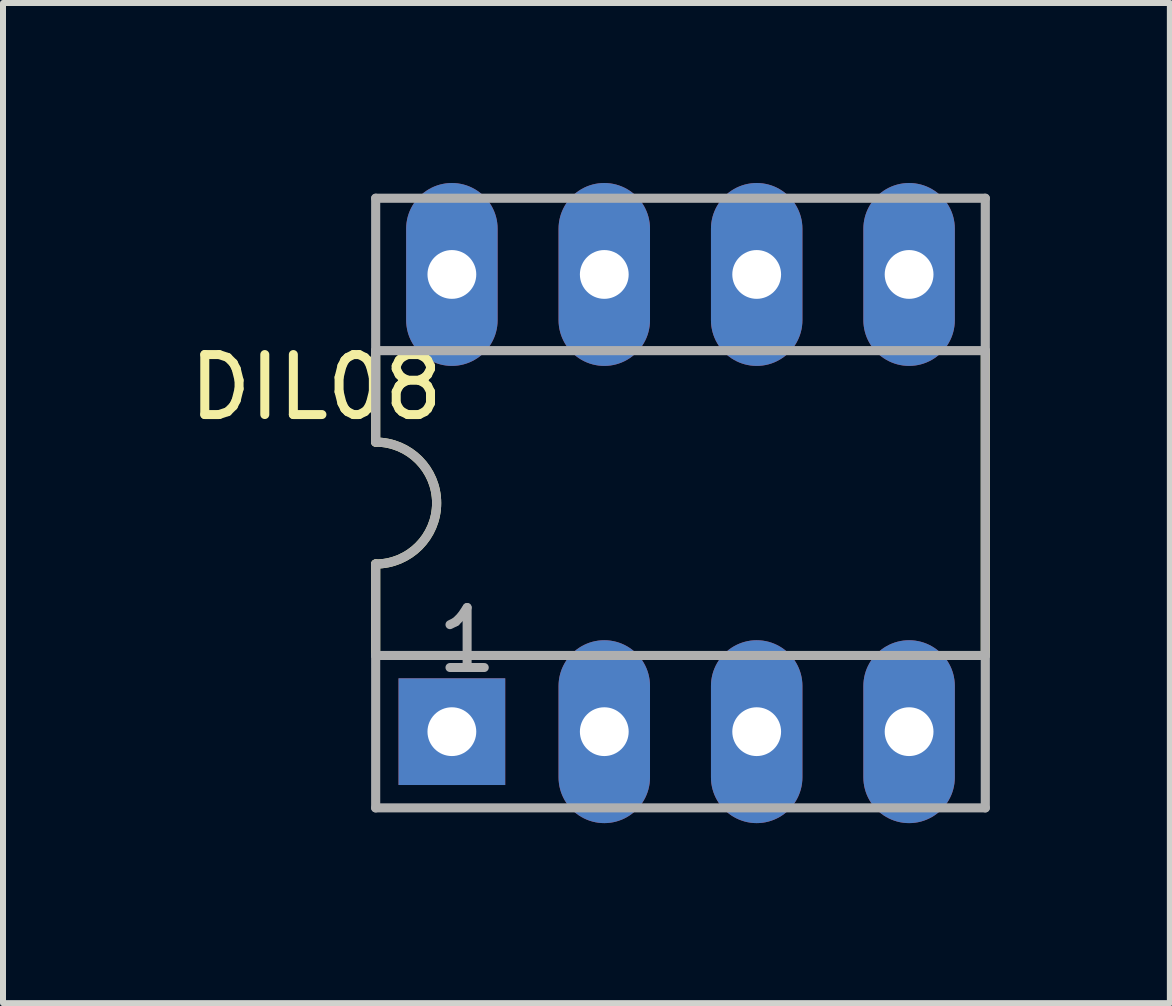
<source format=kicad_pcb>
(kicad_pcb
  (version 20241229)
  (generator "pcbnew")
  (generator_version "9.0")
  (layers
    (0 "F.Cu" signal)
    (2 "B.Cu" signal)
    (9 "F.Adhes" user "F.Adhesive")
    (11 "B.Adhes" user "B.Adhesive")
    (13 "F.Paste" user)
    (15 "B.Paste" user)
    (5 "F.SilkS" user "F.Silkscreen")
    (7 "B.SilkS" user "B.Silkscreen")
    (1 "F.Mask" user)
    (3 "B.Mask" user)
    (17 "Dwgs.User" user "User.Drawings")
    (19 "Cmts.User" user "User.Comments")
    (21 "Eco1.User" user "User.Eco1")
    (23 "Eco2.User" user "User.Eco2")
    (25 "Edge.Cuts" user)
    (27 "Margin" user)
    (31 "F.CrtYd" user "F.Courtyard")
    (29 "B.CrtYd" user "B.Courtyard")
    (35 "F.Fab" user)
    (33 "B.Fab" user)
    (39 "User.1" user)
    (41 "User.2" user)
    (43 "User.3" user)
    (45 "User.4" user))
  (footprint "DIL08"
    (layer "F.Cu")
    (at 8.291 5.334)
    (property "Reference" "DIL08" (at -6.071 -1.93 180) (layer "F.SilkS") (effects (font (size 1 1) (thickness 0.15))))
    (attr through_hole)
    (fp_line (start -5.08 -2.54) (end -5.08 -1.016) (stroke (width 0.152) (type solid)) (layer "F.SilkS"))
    (fp_line (start -5.08 2.54) (end -5.08 1.016) (stroke (width 0.152) (type solid)) (layer "F.SilkS"))
    (fp_line (start 5.08 -2.54) (end 5.08 2.54) (stroke (width 0.152) (type solid)) (layer "F.SilkS"))
    (fp_arc (start -5.08 -1.016) (mid -4.064 0) (end -5.08 1.016) (stroke (width 0.1524) (type solid)) (layer "F.SilkS"))
    (fp_line (start -5.08 -5.08) (end -5.08 -2.54) (stroke (width 0.152) (type solid)) (layer "F.Fab"))
    (fp_line (start -5.08 -2.54) (end -5.08 -1.016) (stroke (width 0.152) (type solid)) (layer "F.Fab"))
    (fp_line (start -5.08 -2.54) (end 5.08 -2.54) (stroke (width 0.152) (type solid)) (layer "F.Fab"))
    (fp_line (start -5.08 2.54) (end -5.08 1.016) (stroke (width 0.152) (type solid)) (layer "F.Fab"))
    (fp_line (start -5.08 2.54) (end 5.08 2.54) (stroke (width 0.152) (type solid)) (layer "F.Fab"))
    (fp_line (start -5.08 5.08) (end -5.08 2.54) (stroke (width 0.152) (type solid)) (layer "F.Fab"))
    (fp_line (start -5.08 5.08) (end 5.08 5.08) (stroke (width 0.152) (type solid)) (layer "F.Fab"))
    (fp_line (start 5.08 -5.08) (end -5.08 -5.08) (stroke (width 0.152) (type solid)) (layer "F.Fab"))
    (fp_line (start 5.08 -5.08) (end 5.08 -2.54) (stroke (width 0.152) (type solid)) (layer "F.Fab"))
    (fp_line (start 5.08 -2.54) (end 5.08 2.54) (stroke (width 0.152) (type solid)) (layer "F.Fab"))
    (fp_line (start 5.08 2.54) (end 5.08 5.08) (stroke (width 0.152) (type solid)) (layer "F.Fab"))
    (fp_arc (start -5.08 -1.016) (mid -4.064 0) (end -5.08 1.016) (stroke (width 0.1524) (type solid)) (layer "F.Fab"))
    (fp_text user "1" (at -3.556 2.286 0) (layer "F.Fab") (effects (font (size 1 1) (thickness 0.15))))
    (pad "1" thru_hole rect (at -3.81 3.81) (size 1.778 1.778) (drill 0.813) (layers "*.Cu" "*.Mask"))
    (pad "2" thru_hole oval (at -1.27 3.81) (size 1.524 3.048) (drill 0.813) (layers "*.Cu" "*.Mask"))
    (pad "3" thru_hole oval (at 1.27 3.81) (size 1.524 3.048) (drill 0.813) (layers "*.Cu" "*.Mask"))
    (pad "4" thru_hole oval (at 3.81 3.81) (size 1.524 3.048) (drill 0.813) (layers "*.Cu" "*.Mask"))
    (pad "5" thru_hole oval (at 3.81 -3.81) (size 1.524 3.048) (drill 0.813) (layers "*.Cu" "*.Mask"))
    (pad "6" thru_hole oval (at 1.27 -3.81) (size 1.524 3.048) (drill 0.813) (layers "*.Cu" "*.Mask"))
    (pad "7" thru_hole oval (at -1.27 -3.81) (size 1.524 3.048) (drill 0.813) (layers "*.Cu" "*.Mask"))
    (pad "8" thru_hole oval (at -3.81 -3.81) (size 1.524 3.048) (drill 0.813) (layers "*.Cu" "*.Mask")))
  (gr_rect
    (start -3 -3)
    (end 16.447 13.668)
    (stroke (width 0.1) (type default))
    (fill no)
    (layer "Edge.Cuts")))
</source>
